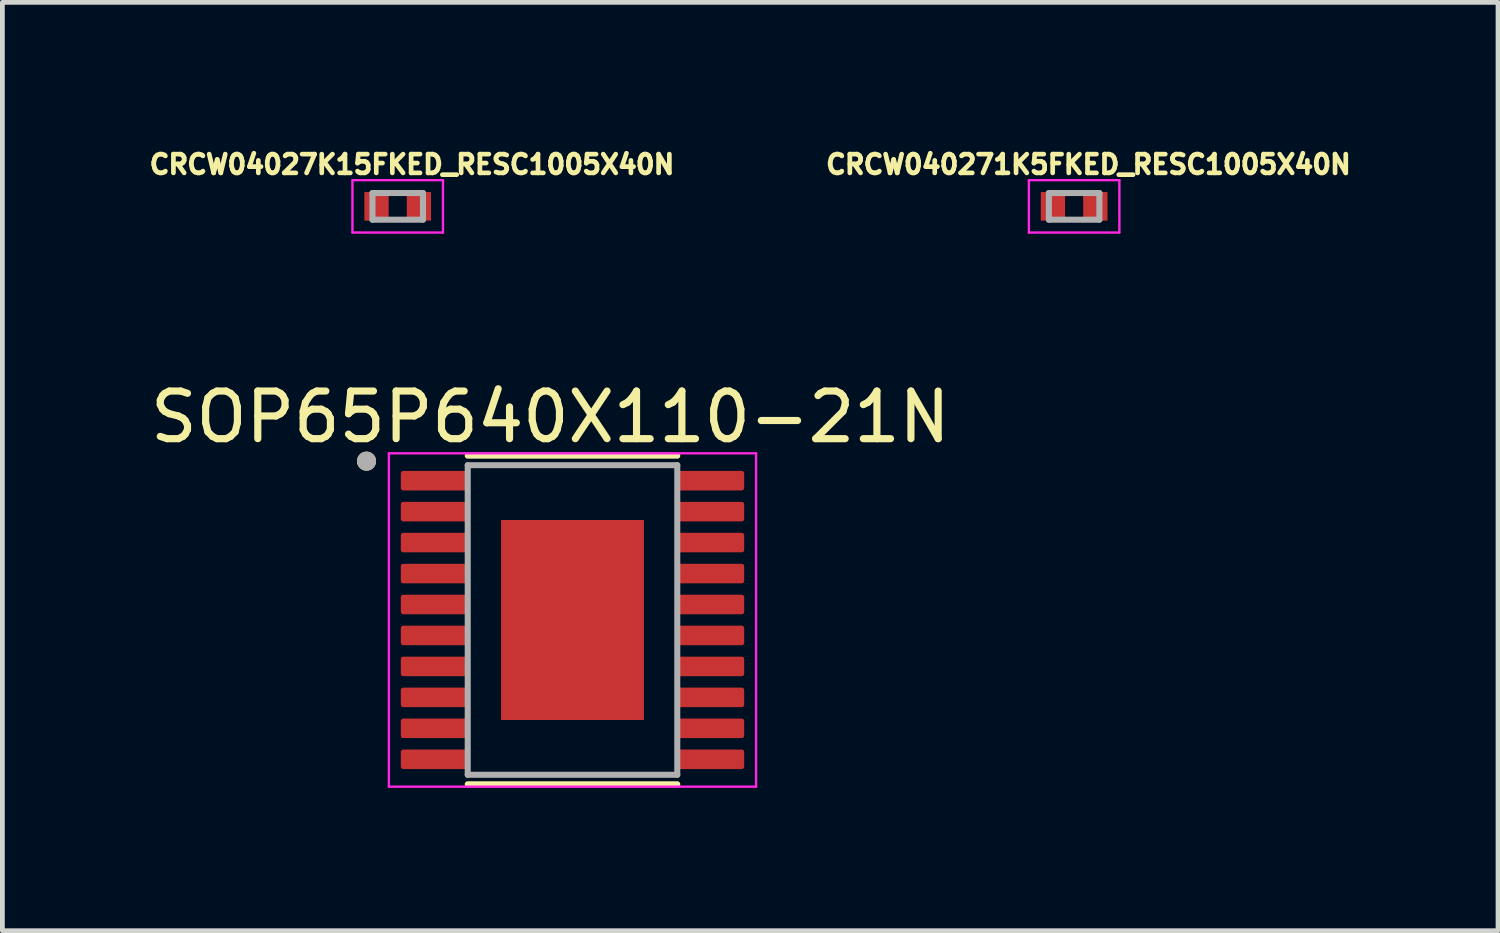
<source format=kicad_pcb>
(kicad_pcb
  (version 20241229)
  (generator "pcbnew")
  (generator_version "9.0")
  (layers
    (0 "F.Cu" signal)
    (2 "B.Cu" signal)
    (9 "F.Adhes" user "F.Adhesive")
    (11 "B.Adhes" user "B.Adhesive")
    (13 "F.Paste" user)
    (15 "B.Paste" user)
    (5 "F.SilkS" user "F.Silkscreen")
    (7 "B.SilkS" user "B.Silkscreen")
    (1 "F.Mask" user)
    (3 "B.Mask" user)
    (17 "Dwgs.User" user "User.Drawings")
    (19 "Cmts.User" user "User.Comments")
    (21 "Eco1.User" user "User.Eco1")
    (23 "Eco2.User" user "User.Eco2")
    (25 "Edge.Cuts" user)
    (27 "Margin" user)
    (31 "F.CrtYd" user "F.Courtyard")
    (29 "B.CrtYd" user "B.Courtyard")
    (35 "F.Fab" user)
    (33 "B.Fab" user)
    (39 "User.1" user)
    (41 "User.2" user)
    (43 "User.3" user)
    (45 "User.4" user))
  (footprint "CRCW04027K15FKED_RESC1005X40N"
    (layer "F.Cu")
    (at 5.301 1.283)
    (property "Reference" "CRCW04027K15FKED_RESC1005X40N" (at 0.3 -0.88 0) (layer "F.SilkS") (effects (font (size 0.394 0.394) (thickness 0.15))))
    (attr smd)
    (fp_line (start -0.95 -0.55) (end 0.95 -0.55) (stroke (width 0.05) (type solid)) (layer "F.CrtYd"))
    (fp_line (start -0.95 0.55) (end -0.95 -0.55) (stroke (width 0.05) (type solid)) (layer "F.CrtYd"))
    (fp_line (start -0.95 0.55) (end 0.95 0.55) (stroke (width 0.05) (type solid)) (layer "F.CrtYd"))
    (fp_line (start 0.95 0.55) (end 0.95 -0.55) (stroke (width 0.05) (type solid)) (layer "F.CrtYd"))
    (fp_line (start -0.53 0.28) (end -0.53 -0.28) (stroke (width 0.127) (type solid)) (layer "F.Fab"))
    (fp_line (start 0.53 -0.28) (end -0.53 -0.28) (stroke (width 0.127) (type solid)) (layer "F.Fab"))
    (fp_line (start 0.53 0.28) (end -0.53 0.28) (stroke (width 0.127) (type solid)) (layer "F.Fab"))
    (fp_line (start 0.53 0.28) (end 0.53 -0.28) (stroke (width 0.127) (type solid)) (layer "F.Fab"))
    (pad "1" smd rect (at -0.445 0) (size 0.51 0.6) (layers "F.Cu" "F.Mask" "F.Paste"))
    (pad "2" smd rect (at 0.445 0) (size 0.51 0.6) (layers "F.Cu" "F.Mask" "F.Paste")))
  (footprint "SOP65P640X110-21N"
    (layer "F.Cu")
    (at 8.971 9.968)
    (property "Reference" "SOP65P640X110-21N" (at -0.465 -4.262 0) (layer "F.SilkS") (effects (font (size 1 1) (thickness 0.15))))
    (attr smd)
    (fp_line (start -2.2 -3.45) (end 2.2 -3.45) (stroke (width 0.127) (type solid)) (layer "F.SilkS"))
    (fp_line (start -2.2 3.45) (end 2.2 3.45) (stroke (width 0.127) (type solid)) (layer "F.SilkS"))
    (fp_circle (center -4.325 -3.335) (end -4.225 -3.335) (stroke (width 0.2) (type solid)) (fill no) (layer "F.SilkS"))
    (fp_poly (pts (xy -0.75 -1.05) (xy 0.75 -1.05) (xy 0.75 1.05) (xy -0.75 1.05)) (stroke (width 0.01) (type solid)) (fill yes) (layer "F.Paste"))
    (fp_line (start -3.855 -3.5) (end -3.855 3.5) (stroke (width 0.05) (type solid)) (layer "F.CrtYd"))
    (fp_line (start -3.855 -3.5) (end 3.855 -3.5) (stroke (width 0.05) (type solid)) (layer "F.CrtYd"))
    (fp_line (start -3.855 3.5) (end 3.855 3.5) (stroke (width 0.05) (type solid)) (layer "F.CrtYd"))
    (fp_line (start 3.855 -3.5) (end 3.855 3.5) (stroke (width 0.05) (type solid)) (layer "F.CrtYd"))
    (fp_line (start -2.2 -3.25) (end -2.2 3.25) (stroke (width 0.127) (type solid)) (layer "F.Fab"))
    (fp_line (start -2.2 -3.25) (end 2.2 -3.25) (stroke (width 0.127) (type solid)) (layer "F.Fab"))
    (fp_line (start -2.2 3.25) (end 2.2 3.25) (stroke (width 0.127) (type solid)) (layer "F.Fab"))
    (fp_line (start 2.2 -3.25) (end 2.2 3.25) (stroke (width 0.127) (type solid)) (layer "F.Fab"))
    (fp_circle (center -4.325 -3.335) (end -4.225 -3.335) (stroke (width 0.2) (type solid)) (fill no) (layer "F.Fab"))
    (pad "1" smd roundrect (at -2.885 -2.925) (size 1.44 0.41) (layers "F.Cu" "F.Mask" "F.Paste") (roundrect_rratio 0.125))
    (pad "2" smd roundrect (at -2.885 -2.275) (size 1.44 0.41) (layers "F.Cu" "F.Mask" "F.Paste") (roundrect_rratio 0.125))
    (pad "3" smd roundrect (at -2.885 -1.625) (size 1.44 0.41) (layers "F.Cu" "F.Mask" "F.Paste") (roundrect_rratio 0.125))
    (pad "4" smd roundrect (at -2.885 -0.975) (size 1.44 0.41) (layers "F.Cu" "F.Mask" "F.Paste") (roundrect_rratio 0.125))
    (pad "5" smd roundrect (at -2.885 -0.325) (size 1.44 0.41) (layers "F.Cu" "F.Mask" "F.Paste") (roundrect_rratio 0.125))
    (pad "6" smd roundrect (at -2.885 0.325) (size 1.44 0.41) (layers "F.Cu" "F.Mask" "F.Paste") (roundrect_rratio 0.125))
    (pad "7" smd roundrect (at -2.885 0.975) (size 1.44 0.41) (layers "F.Cu" "F.Mask" "F.Paste") (roundrect_rratio 0.125))
    (pad "8" smd roundrect (at -2.885 1.625) (size 1.44 0.41) (layers "F.Cu" "F.Mask" "F.Paste") (roundrect_rratio 0.125))
    (pad "9" smd roundrect (at -2.885 2.275) (size 1.44 0.41) (layers "F.Cu" "F.Mask" "F.Paste") (roundrect_rratio 0.125))
    (pad "10" smd roundrect (at -2.885 2.925) (size 1.44 0.41) (layers "F.Cu" "F.Mask" "F.Paste") (roundrect_rratio 0.125))
    (pad "11" smd roundrect (at 2.885 2.925) (size 1.44 0.41) (layers "F.Cu" "F.Mask" "F.Paste") (roundrect_rratio 0.125))
    (pad "12" smd roundrect (at 2.885 2.275) (size 1.44 0.41) (layers "F.Cu" "F.Mask" "F.Paste") (roundrect_rratio 0.125))
    (pad "13" smd roundrect (at 2.885 1.625) (size 1.44 0.41) (layers "F.Cu" "F.Mask" "F.Paste") (roundrect_rratio 0.125))
    (pad "14" smd roundrect (at 2.885 0.975) (size 1.44 0.41) (layers "F.Cu" "F.Mask" "F.Paste") (roundrect_rratio 0.125))
    (pad "15" smd roundrect (at 2.885 0.325) (size 1.44 0.41) (layers "F.Cu" "F.Mask" "F.Paste") (roundrect_rratio 0.125))
    (pad "16" smd roundrect (at 2.885 -0.325) (size 1.44 0.41) (layers "F.Cu" "F.Mask" "F.Paste") (roundrect_rratio 0.125))
    (pad "17" smd roundrect (at 2.885 -0.975) (size 1.44 0.41) (layers "F.Cu" "F.Mask" "F.Paste") (roundrect_rratio 0.125))
    (pad "18" smd roundrect (at 2.885 -1.625) (size 1.44 0.41) (layers "F.Cu" "F.Mask" "F.Paste") (roundrect_rratio 0.125))
    (pad "19" smd roundrect (at 2.885 -2.275) (size 1.44 0.41) (layers "F.Cu" "F.Mask" "F.Paste") (roundrect_rratio 0.125))
    (pad "20" smd roundrect (at 2.885 -2.925) (size 1.44 0.41) (layers "F.Cu" "F.Mask" "F.Paste") (roundrect_rratio 0.125))
    (pad "21" smd rect (at 0 0) (size 3 4.2) (layers "F.Cu" "F.Mask")))
  (footprint "CRCW040271K5FKED_RESC1005X40N"
    (layer "F.Cu")
    (at 19.504 1.283)
    (property "Reference" "CRCW040271K5FKED_RESC1005X40N" (at 0.3 -0.88 0) (layer "F.SilkS") (effects (font (size 0.394 0.394) (thickness 0.15))))
    (attr smd)
    (fp_line (start -0.95 -0.55) (end 0.95 -0.55) (stroke (width 0.05) (type solid)) (layer "F.CrtYd"))
    (fp_line (start -0.95 0.55) (end -0.95 -0.55) (stroke (width 0.05) (type solid)) (layer "F.CrtYd"))
    (fp_line (start -0.95 0.55) (end 0.95 0.55) (stroke (width 0.05) (type solid)) (layer "F.CrtYd"))
    (fp_line (start 0.95 0.55) (end 0.95 -0.55) (stroke (width 0.05) (type solid)) (layer "F.CrtYd"))
    (fp_line (start -0.53 0.28) (end -0.53 -0.28) (stroke (width 0.127) (type solid)) (layer "F.Fab"))
    (fp_line (start 0.53 -0.28) (end -0.53 -0.28) (stroke (width 0.127) (type solid)) (layer "F.Fab"))
    (fp_line (start 0.53 0.28) (end -0.53 0.28) (stroke (width 0.127) (type solid)) (layer "F.Fab"))
    (fp_line (start 0.53 0.28) (end 0.53 -0.28) (stroke (width 0.127) (type solid)) (layer "F.Fab"))
    (pad "1" smd rect (at -0.445 0) (size 0.51 0.6) (layers "F.Cu" "F.Mask" "F.Paste"))
    (pad "2" smd rect (at 0.445 0) (size 0.51 0.6) (layers "F.Cu" "F.Mask" "F.Paste")))
  (gr_rect
    (start -3 -3)
    (end 28.405 16.493)
    (stroke (width 0.1) (type default))
    (fill no)
    (layer "Edge.Cuts")))
</source>
